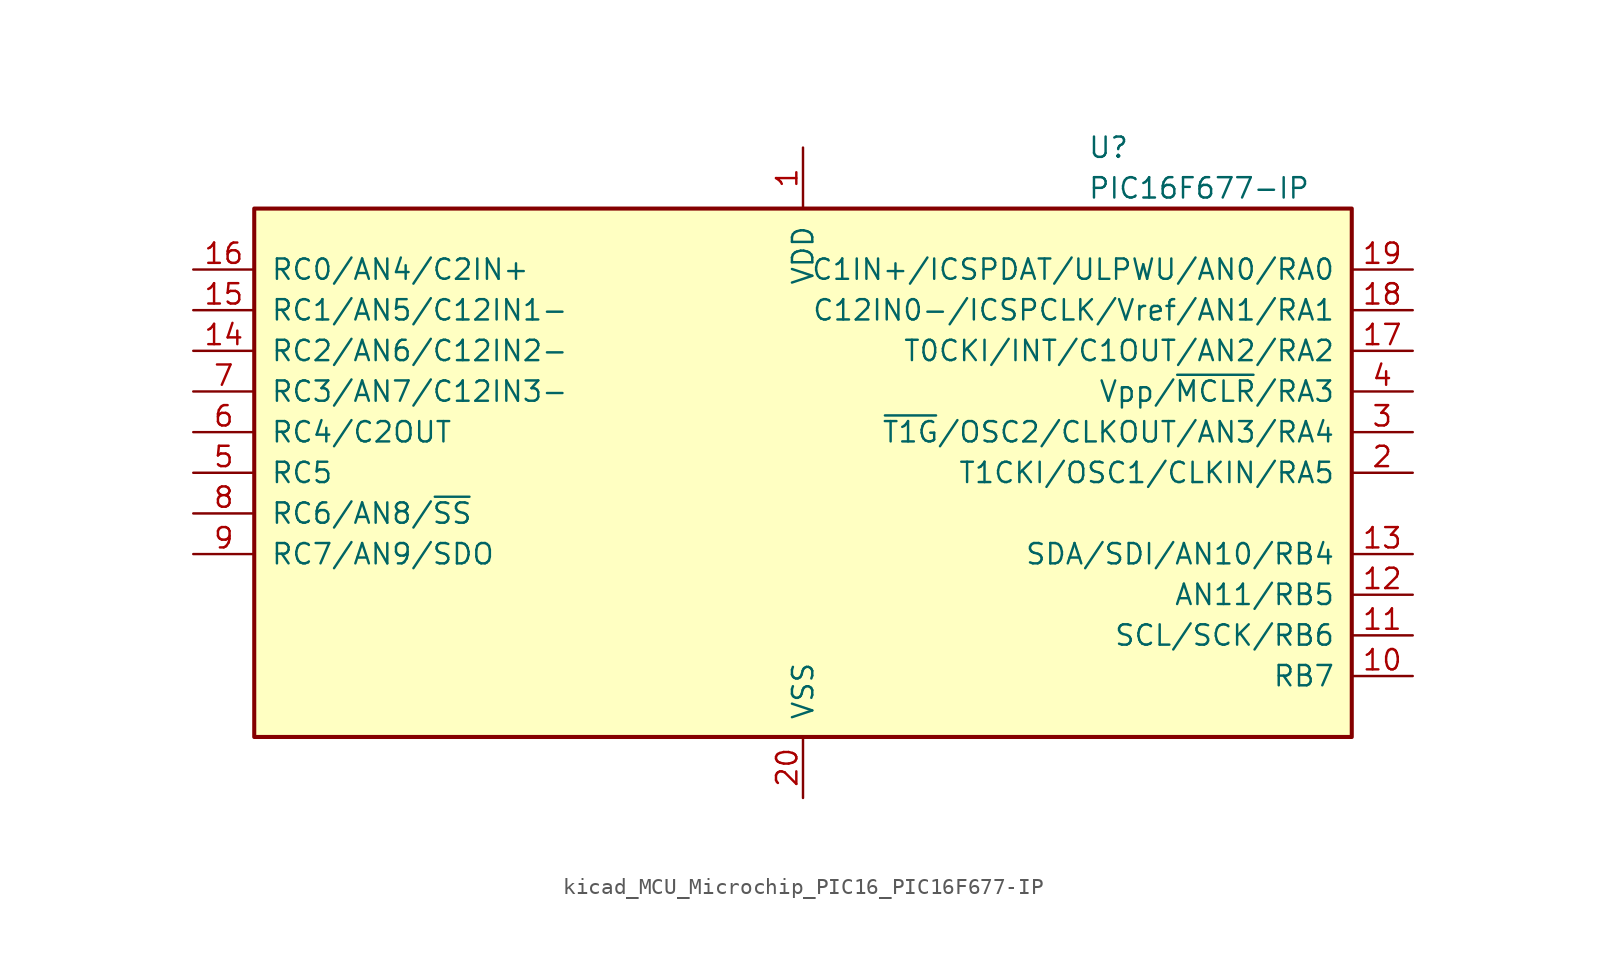
<source format=kicad_sym>
(kicad_symbol_lib
  (version 20220914)
  (generator kicad_symbol_editor)
  (symbol "kicad_MCU_Microchip_PIC16_PIC16F677-IP"
    (pin_names
      (offset 1.016))
    (property "Reference" "U"
      (at 17.78 20.32 0)
      (effects (font (size 1.27 1.27)) (justify left)))
    (property "Value" "PIC16F677-IP"
      (at 17.78 17.78 0)
      (effects (font (size 1.27 1.27)) (justify left)))
    (symbol "kicad_MCU_Microchip_PIC16_PIC16F677-IP_0_1"
      (rectangle (start -34.29 16.51) (end 34.29 -16.51) (stroke (width 0.254) (type default)) (fill (type background))))
    (symbol "kicad_MCU_Microchip_PIC16_PIC16F677-IP_1_1"
      (pin power_in line (at 0 20.32 270) (length 3.81) (name "VDD" (effects (font (size 1.27 1.27)))) (number "1" (effects (font (size 1.27 1.27)))))
      (pin bidirectional line (at 38.1 -12.7 180) (length 3.81) (name "RB7" (effects (font (size 1.27 1.27)))) (number "10" (effects (font (size 1.27 1.27)))))
      (pin bidirectional line (at 38.1 -10.16 180) (length 3.81) (name "SCL/SCK/RB6" (effects (font (size 1.27 1.27)))) (number "11" (effects (font (size 1.27 1.27)))))
      (pin bidirectional line (at 38.1 -7.62 180) (length 3.81) (name "AN11/RB5" (effects (font (size 1.27 1.27)))) (number "12" (effects (font (size 1.27 1.27)))))
      (pin bidirectional line (at 38.1 -5.08 180) (length 3.81) (name "SDA/SDI/AN10/RB4" (effects (font (size 1.27 1.27)))) (number "13" (effects (font (size 1.27 1.27)))))
      (pin bidirectional line (at -38.1 7.62 0) (length 3.81) (name "RC2/AN6/C12IN2-" (effects (font (size 1.27 1.27)))) (number "14" (effects (font (size 1.27 1.27)))))
      (pin bidirectional line (at -38.1 10.16 0) (length 3.81) (name "RC1/AN5/C12IN1-" (effects (font (size 1.27 1.27)))) (number "15" (effects (font (size 1.27 1.27)))))
      (pin bidirectional line (at -38.1 12.7 0) (length 3.81) (name "RC0/AN4/C2IN+" (effects (font (size 1.27 1.27)))) (number "16" (effects (font (size 1.27 1.27)))))
      (pin bidirectional line (at 38.1 7.62 180) (length 3.81) (name "T0CKI/INT/C1OUT/AN2/RA2" (effects (font (size 1.27 1.27)))) (number "17" (effects (font (size 1.27 1.27)))))
      (pin bidirectional line (at 38.1 10.16 180) (length 3.81) (name "C12IN0-/ICSPCLK/Vref/AN1/RA1" (effects (font (size 1.27 1.27)))) (number "18" (effects (font (size 1.27 1.27)))))
      (pin bidirectional line (at 38.1 12.7 180) (length 3.81) (name "C1IN+/ICSPDAT/ULPWU/AN0/RA0" (effects (font (size 1.27 1.27)))) (number "19" (effects (font (size 1.27 1.27)))))
      (pin bidirectional line (at 38.1 0 180) (length 3.81) (name "T1CKI/OSC1/CLKIN/RA5" (effects (font (size 1.27 1.27)))) (number "2" (effects (font (size 1.27 1.27)))))
      (pin power_in line (at 0 -20.32 90) (length 3.81) (name "VSS" (effects (font (size 1.27 1.27)))) (number "20" (effects (font (size 1.27 1.27)))))
      (pin bidirectional line (at 38.1 2.54 180) (length 3.81) (name "~{T1G}/OSC2/CLKOUT/AN3/RA4" (effects (font (size 1.27 1.27)))) (number "3" (effects (font (size 1.27 1.27)))))
      (pin input line (at 38.1 5.08 180) (length 3.81) (name "Vpp/~{MCLR}/RA3" (effects (font (size 1.27 1.27)))) (number "4" (effects (font (size 1.27 1.27)))))
      (pin bidirectional line (at -38.1 0 0) (length 3.81) (name "RC5" (effects (font (size 1.27 1.27)))) (number "5" (effects (font (size 1.27 1.27)))))
      (pin bidirectional line (at -38.1 2.54 0) (length 3.81) (name "RC4/C2OUT" (effects (font (size 1.27 1.27)))) (number "6" (effects (font (size 1.27 1.27)))))
      (pin bidirectional line (at -38.1 5.08 0) (length 3.81) (name "RC3/AN7/C12IN3-" (effects (font (size 1.27 1.27)))) (number "7" (effects (font (size 1.27 1.27)))))
      (pin bidirectional line (at -38.1 -2.54 0) (length 3.81) (name "RC6/AN8/~{SS}" (effects (font (size 1.27 1.27)))) (number "8" (effects (font (size 1.27 1.27)))))
      (pin bidirectional line (at -38.1 -5.08 0) (length 3.81) (name "RC7/AN9/SDO" (effects (font (size 1.27 1.27)))) (number "9" (effects (font (size 1.27 1.27))))))))
</source>
